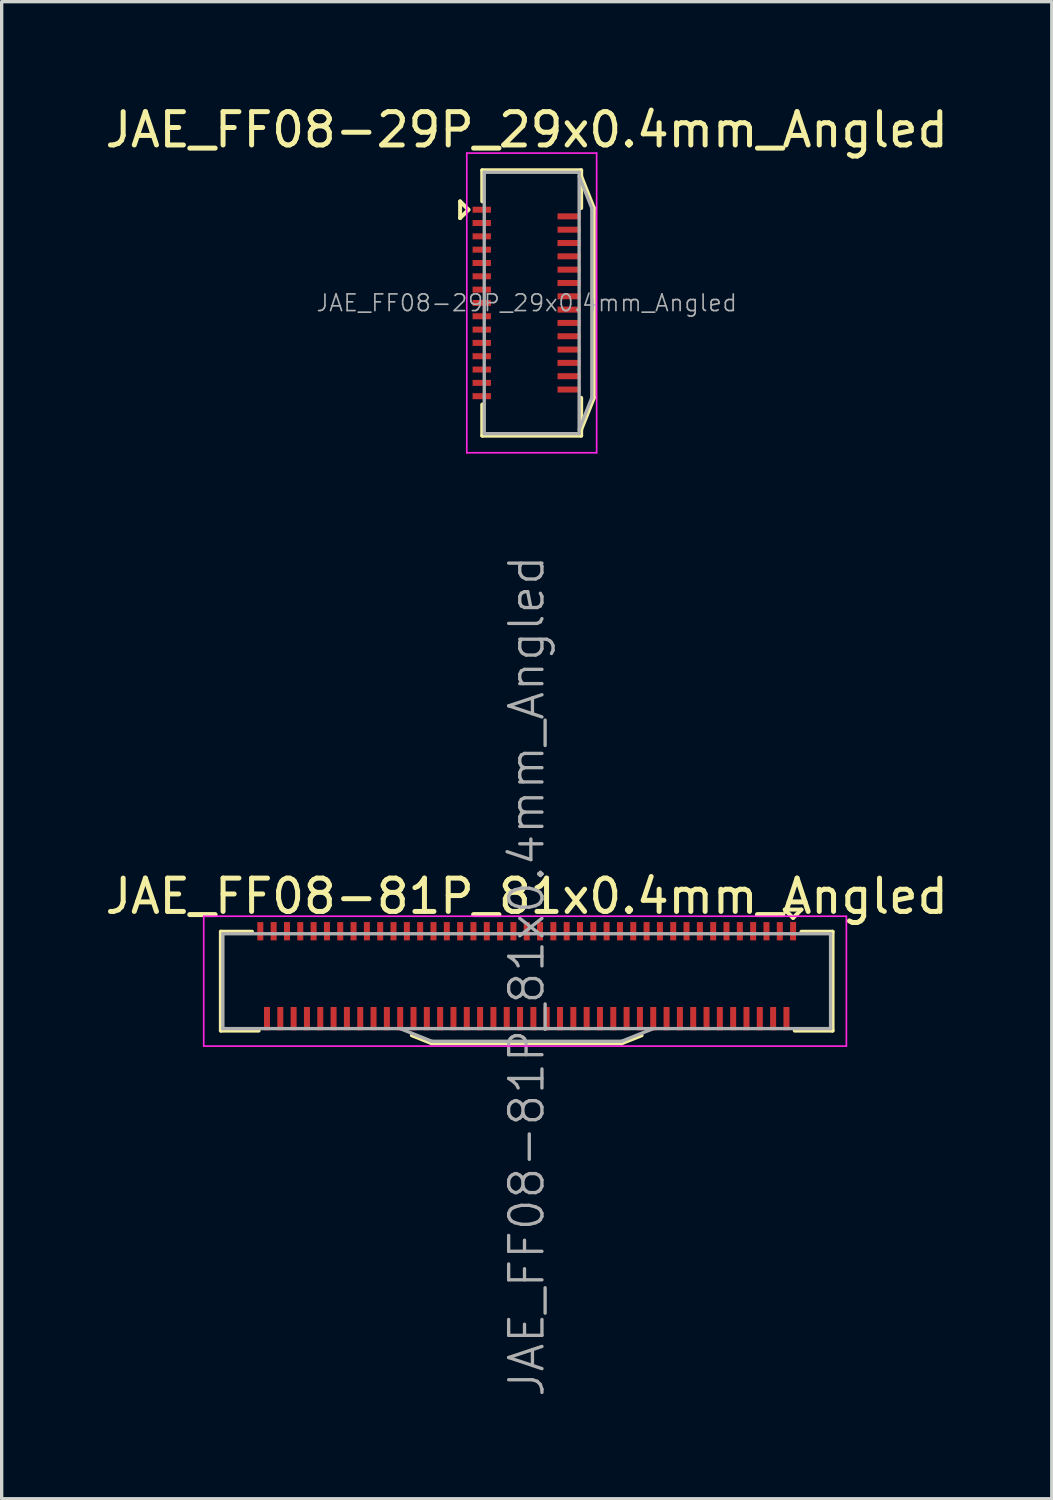
<source format=kicad_pcb>
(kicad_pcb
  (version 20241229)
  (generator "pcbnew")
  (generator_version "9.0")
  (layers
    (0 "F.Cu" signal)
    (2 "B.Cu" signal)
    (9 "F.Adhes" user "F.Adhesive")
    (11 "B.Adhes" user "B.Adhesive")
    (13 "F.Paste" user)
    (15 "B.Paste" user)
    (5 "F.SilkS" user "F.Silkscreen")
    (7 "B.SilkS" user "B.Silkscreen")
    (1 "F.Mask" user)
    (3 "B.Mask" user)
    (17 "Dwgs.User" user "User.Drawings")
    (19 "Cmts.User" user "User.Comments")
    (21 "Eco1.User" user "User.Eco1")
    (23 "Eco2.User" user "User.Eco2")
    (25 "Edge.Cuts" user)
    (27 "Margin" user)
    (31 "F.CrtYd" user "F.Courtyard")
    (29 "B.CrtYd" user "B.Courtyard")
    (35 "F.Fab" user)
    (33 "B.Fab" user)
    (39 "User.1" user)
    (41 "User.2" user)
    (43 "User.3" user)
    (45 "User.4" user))
  (footprint "JAE_FF08-29P_29x0.4mm_Angled"
    (layer "F.Cu")
    (at 12.768 6.048)
    (property "Reference" "JAE_FF08-29P_29x0.4mm_Angled" (at 0 -5.2 0) (layer "F.SilkS") (effects (font (size 1 1) (thickness 0.15))))
    (attr smd)
    (fp_line (start -2 -3.05) (end -1.75 -2.8) (stroke (width 0.12) (type solid)) (layer "F.SilkS"))
    (fp_line (start -2 -2.55) (end -2 -3.05) (stroke (width 0.12) (type solid)) (layer "F.SilkS"))
    (fp_line (start -1.75 -2.8) (end -2 -2.55) (stroke (width 0.12) (type solid)) (layer "F.SilkS"))
    (fp_line (start -1.335 -3.985) (end -1.335 -3.05) (stroke (width 0.12) (type solid)) (layer "F.SilkS"))
    (fp_line (start -1.335 -3.985) (end 1.635 -3.985) (stroke (width 0.12) (type solid)) (layer "F.SilkS"))
    (fp_line (start -1.335 3.985) (end -1.335 3.05) (stroke (width 0.12) (type solid)) (layer "F.SilkS"))
    (fp_line (start 1.635 -3.985) (end 1.635 -2.85) (stroke (width 0.12) (type solid)) (layer "F.SilkS"))
    (fp_line (start 1.635 -3.8) (end 2.015 -2.85) (stroke (width 0.12) (type solid)) (layer "F.SilkS"))
    (fp_line (start 1.635 2.85) (end 1.635 3.985) (stroke (width 0.12) (type solid)) (layer "F.SilkS"))
    (fp_line (start 1.635 3.8) (end 2.015 2.85) (stroke (width 0.12) (type solid)) (layer "F.SilkS"))
    (fp_line (start 1.635 3.985) (end -1.335 3.985) (stroke (width 0.12) (type solid)) (layer "F.SilkS"))
    (fp_line (start 2.015 -2.85) (end 2.015 2.85) (stroke (width 0.12) (type solid)) (layer "F.SilkS"))
    (fp_line (start -1.8 -4.5) (end 2.1 -4.5) (stroke (width 0.05) (type solid)) (layer "F.CrtYd"))
    (fp_line (start -1.8 4.5) (end -1.8 -4.5) (stroke (width 0.05) (type solid)) (layer "F.CrtYd"))
    (fp_line (start 2.1 -4.5) (end 2.1 4.5) (stroke (width 0.05) (type solid)) (layer "F.CrtYd"))
    (fp_line (start 2.1 4.5) (end -1.8 4.5) (stroke (width 0.05) (type solid)) (layer "F.CrtYd"))
    (fp_line (start -1.275 -3.925) (end 1.575 -3.925) (stroke (width 0.1) (type solid)) (layer "F.Fab"))
    (fp_line (start -1.275 3.925) (end -1.275 -3.925) (stroke (width 0.1) (type solid)) (layer "F.Fab"))
    (fp_line (start -1.275 3.925) (end 1.575 3.925) (stroke (width 0.1) (type solid)) (layer "F.Fab"))
    (fp_line (start 1.575 3.925) (end 1.575 -3.925) (stroke (width 0.1) (type solid)) (layer "F.Fab"))
    (fp_line (start 1.955 -2.85) (end 1.575 -3.8) (stroke (width 0.1) (type solid)) (layer "F.Fab"))
    (fp_line (start 1.955 2.85) (end 1.575 3.8) (stroke (width 0.1) (type solid)) (layer "F.Fab"))
    (fp_line (start 1.955 2.85) (end 1.955 -2.85) (stroke (width 0.1) (type solid)) (layer "F.Fab"))
    (fp_text user "${REFERENCE}" (at 0 0 0) (layer "F.Fab") (effects (font (size 0.5 0.5) (thickness 0.05))))
    (pad "1" smd rect (at -1.35 -2.8 90) (size 0.18 0.55) (layers "F.Cu" "F.Mask" "F.Paste"))
    (pad "2" smd rect (at 1.275 -2.6 90) (size 0.18 0.7) (layers "F.Cu" "F.Mask" "F.Paste"))
    (pad "3" smd rect (at -1.35 -2.4 90) (size 0.18 0.55) (layers "F.Cu" "F.Mask" "F.Paste"))
    (pad "4" smd rect (at 1.275 -2.2 90) (size 0.18 0.7) (layers "F.Cu" "F.Mask" "F.Paste"))
    (pad "5" smd rect (at -1.35 -2 90) (size 0.18 0.55) (layers "F.Cu" "F.Mask" "F.Paste"))
    (pad "6" smd rect (at 1.275 -1.8 90) (size 0.18 0.7) (layers "F.Cu" "F.Mask" "F.Paste"))
    (pad "7" smd rect (at -1.35 -1.6 90) (size 0.18 0.55) (layers "F.Cu" "F.Mask" "F.Paste"))
    (pad "8" smd rect (at 1.275 -1.4 90) (size 0.18 0.7) (layers "F.Cu" "F.Mask" "F.Paste"))
    (pad "9" smd rect (at -1.35 -1.2 90) (size 0.18 0.55) (layers "F.Cu" "F.Mask" "F.Paste"))
    (pad "10" smd rect (at 1.275 -1 90) (size 0.18 0.7) (layers "F.Cu" "F.Mask" "F.Paste"))
    (pad "11" smd rect (at -1.35 -0.8 90) (size 0.18 0.55) (layers "F.Cu" "F.Mask" "F.Paste"))
    (pad "12" smd rect (at 1.275 -0.6 90) (size 0.18 0.7) (layers "F.Cu" "F.Mask" "F.Paste"))
    (pad "13" smd rect (at -1.35 -0.4 90) (size 0.18 0.55) (layers "F.Cu" "F.Mask" "F.Paste"))
    (pad "14" smd rect (at 1.275 -0.2 90) (size 0.18 0.7) (layers "F.Cu" "F.Mask" "F.Paste"))
    (pad "15" smd rect (at -1.35 0 90) (size 0.18 0.55) (layers "F.Cu" "F.Mask" "F.Paste"))
    (pad "16" smd rect (at 1.275 0.2 90) (size 0.18 0.7) (layers "F.Cu" "F.Mask" "F.Paste"))
    (pad "17" smd rect (at -1.35 0.4 90) (size 0.18 0.55) (layers "F.Cu" "F.Mask" "F.Paste"))
    (pad "18" smd rect (at 1.275 0.6 90) (size 0.18 0.7) (layers "F.Cu" "F.Mask" "F.Paste"))
    (pad "19" smd rect (at -1.35 0.8 90) (size 0.18 0.55) (layers "F.Cu" "F.Mask" "F.Paste"))
    (pad "20" smd rect (at 1.275 1 90) (size 0.18 0.7) (layers "F.Cu" "F.Mask" "F.Paste"))
    (pad "21" smd rect (at -1.35 1.2 90) (size 0.18 0.55) (layers "F.Cu" "F.Mask" "F.Paste"))
    (pad "22" smd rect (at 1.275 1.4 90) (size 0.18 0.7) (layers "F.Cu" "F.Mask" "F.Paste"))
    (pad "23" smd rect (at -1.35 1.6 90) (size 0.18 0.55) (layers "F.Cu" "F.Mask" "F.Paste"))
    (pad "24" smd rect (at 1.275 1.8 90) (size 0.18 0.7) (layers "F.Cu" "F.Mask" "F.Paste"))
    (pad "25" smd rect (at -1.35 2 90) (size 0.18 0.55) (layers "F.Cu" "F.Mask" "F.Paste"))
    (pad "26" smd rect (at 1.275 2.2 90) (size 0.18 0.7) (layers "F.Cu" "F.Mask" "F.Paste"))
    (pad "27" smd rect (at -1.35 2.4 90) (size 0.18 0.55) (layers "F.Cu" "F.Mask" "F.Paste"))
    (pad "28" smd rect (at 1.275 2.6 90) (size 0.18 0.7) (layers "F.Cu" "F.Mask" "F.Paste"))
    (pad "29" smd rect (at -1.35 2.8 90) (size 0.18 0.55) (layers "F.Cu" "F.Mask" "F.Paste")))
  (footprint "JAE_FF08-81P_81x0.4mm_Angled"
    (layer "F.Cu")
    (at 12.768 26.266)
    (property "Reference" "JAE_FF08-81P_81x0.4mm_Angled" (at 0 -2.4 0) (layer "F.SilkS") (effects (font (size 1 1) (thickness 0.15))))
    (attr smd)
    (fp_line (start -9.185 -1.335) (end -8.25 -1.335) (stroke (width 0.12) (type solid)) (layer "F.SilkS"))
    (fp_line (start -9.185 1.635) (end -9.185 -1.335) (stroke (width 0.12) (type solid)) (layer "F.SilkS"))
    (fp_line (start -8.05 1.635) (end -9.185 1.635) (stroke (width 0.12) (type solid)) (layer "F.SilkS"))
    (fp_line (start -3.45 1.775) (end -2.85 2.015) (stroke (width 0.12) (type solid)) (layer "F.SilkS"))
    (fp_line (start 2.85 2.015) (end -2.85 2.015) (stroke (width 0.12) (type solid)) (layer "F.SilkS"))
    (fp_line (start 3.45 1.775) (end 2.85 2.015) (stroke (width 0.12) (type solid)) (layer "F.SilkS"))
    (fp_line (start 7.75 -2) (end 8.25 -2) (stroke (width 0.12) (type solid)) (layer "F.SilkS"))
    (fp_line (start 8 -1.75) (end 7.75 -2) (stroke (width 0.12) (type solid)) (layer "F.SilkS"))
    (fp_line (start 8.25 -2) (end 8 -1.75) (stroke (width 0.12) (type solid)) (layer "F.SilkS"))
    (fp_line (start 9.185 -1.335) (end 8.25 -1.335) (stroke (width 0.12) (type solid)) (layer "F.SilkS"))
    (fp_line (start 9.185 -1.335) (end 9.185 1.635) (stroke (width 0.12) (type solid)) (layer "F.SilkS"))
    (fp_line (start 9.185 1.635) (end 8.05 1.635) (stroke (width 0.12) (type solid)) (layer "F.SilkS"))
    (fp_line (start -9.7 -1.8) (end 9.6 -1.8) (stroke (width 0.05) (type solid)) (layer "F.CrtYd"))
    (fp_line (start -9.7 2.1) (end -9.7 -1.8) (stroke (width 0.05) (type solid)) (layer "F.CrtYd"))
    (fp_line (start 9.6 -1.8) (end 9.6 2.1) (stroke (width 0.05) (type solid)) (layer "F.CrtYd"))
    (fp_line (start 9.6 2.1) (end -9.7 2.1) (stroke (width 0.05) (type solid)) (layer "F.CrtYd"))
    (fp_line (start -9.125 -1.275) (end -9.125 1.575) (stroke (width 0.1) (type solid)) (layer "F.Fab"))
    (fp_line (start -9.125 -1.275) (end 9.125 -1.275) (stroke (width 0.1) (type solid)) (layer "F.Fab"))
    (fp_line (start -9.125 1.575) (end 9.125 1.575) (stroke (width 0.1) (type solid)) (layer "F.Fab"))
    (fp_line (start -2.85 1.955) (end -3.8 1.575) (stroke (width 0.1) (type solid)) (layer "F.Fab"))
    (fp_line (start -2.85 1.955) (end 2.85 1.955) (stroke (width 0.1) (type solid)) (layer "F.Fab"))
    (fp_line (start 2.85 1.955) (end 3.8 1.575) (stroke (width 0.1) (type solid)) (layer "F.Fab"))
    (fp_line (start 9.125 -1.275) (end 9.125 1.575) (stroke (width 0.1) (type solid)) (layer "F.Fab"))
    (fp_text user "${REFERENCE}" (at 0 0 90) (layer "F.Fab") (effects (font (size 1 1) (thickness 0.1))))
    (pad "1" smd rect (at 8 -1.35) (size 0.18 0.55) (layers "F.Cu" "F.Mask" "F.Paste"))
    (pad "2" smd rect (at 7.8 1.275) (size 0.18 0.7) (layers "F.Cu" "F.Mask" "F.Paste"))
    (pad "3" smd rect (at 7.6 -1.35) (size 0.18 0.55) (layers "F.Cu" "F.Mask" "F.Paste"))
    (pad "4" smd rect (at 7.4 1.275) (size 0.18 0.7) (layers "F.Cu" "F.Mask" "F.Paste"))
    (pad "5" smd rect (at 7.2 -1.35) (size 0.18 0.55) (layers "F.Cu" "F.Mask" "F.Paste"))
    (pad "6" smd rect (at 7 1.275) (size 0.18 0.7) (layers "F.Cu" "F.Mask" "F.Paste"))
    (pad "7" smd rect (at 6.8 -1.35) (size 0.18 0.55) (layers "F.Cu" "F.Mask" "F.Paste"))
    (pad "8" smd rect (at 6.6 1.275) (size 0.18 0.7) (layers "F.Cu" "F.Mask" "F.Paste"))
    (pad "9" smd rect (at 6.4 -1.35) (size 0.18 0.55) (layers "F.Cu" "F.Mask" "F.Paste"))
    (pad "10" smd rect (at 6.2 1.275) (size 0.18 0.7) (layers "F.Cu" "F.Mask" "F.Paste"))
    (pad "11" smd rect (at 6 -1.35) (size 0.18 0.55) (layers "F.Cu" "F.Mask" "F.Paste"))
    (pad "12" smd rect (at 5.8 1.275) (size 0.18 0.7) (layers "F.Cu" "F.Mask" "F.Paste"))
    (pad "13" smd rect (at 5.6 -1.35) (size 0.18 0.55) (layers "F.Cu" "F.Mask" "F.Paste"))
    (pad "14" smd rect (at 5.4 1.275) (size 0.18 0.7) (layers "F.Cu" "F.Mask" "F.Paste"))
    (pad "15" smd rect (at 5.2 -1.35) (size 0.18 0.55) (layers "F.Cu" "F.Mask" "F.Paste"))
    (pad "16" smd rect (at 5 1.275) (size 0.18 0.7) (layers "F.Cu" "F.Mask" "F.Paste"))
    (pad "17" smd rect (at 4.8 -1.35) (size 0.18 0.55) (layers "F.Cu" "F.Mask" "F.Paste"))
    (pad "18" smd rect (at 4.6 1.275) (size 0.18 0.7) (layers "F.Cu" "F.Mask" "F.Paste"))
    (pad "19" smd rect (at 4.4 -1.35) (size 0.18 0.55) (layers "F.Cu" "F.Mask" "F.Paste"))
    (pad "20" smd rect (at 4.2 1.275) (size 0.18 0.7) (layers "F.Cu" "F.Mask" "F.Paste"))
    (pad "21" smd rect (at 4 -1.35) (size 0.18 0.55) (layers "F.Cu" "F.Mask" "F.Paste"))
    (pad "22" smd rect (at 3.8 1.275) (size 0.18 0.7) (layers "F.Cu" "F.Mask" "F.Paste"))
    (pad "23" smd rect (at 3.6 -1.35) (size 0.18 0.55) (layers "F.Cu" "F.Mask" "F.Paste"))
    (pad "24" smd rect (at 3.4 1.275) (size 0.18 0.7) (layers "F.Cu" "F.Mask" "F.Paste"))
    (pad "25" smd rect (at 3.2 -1.35) (size 0.18 0.55) (layers "F.Cu" "F.Mask" "F.Paste"))
    (pad "26" smd rect (at 3 1.275) (size 0.18 0.7) (layers "F.Cu" "F.Mask" "F.Paste"))
    (pad "27" smd rect (at 2.8 -1.35) (size 0.18 0.55) (layers "F.Cu" "F.Mask" "F.Paste"))
    (pad "28" smd rect (at 2.6 1.275) (size 0.18 0.7) (layers "F.Cu" "F.Mask" "F.Paste"))
    (pad "29" smd rect (at 2.4 -1.35) (size 0.18 0.55) (layers "F.Cu" "F.Mask" "F.Paste"))
    (pad "30" smd rect (at 2.2 1.275) (size 0.18 0.7) (layers "F.Cu" "F.Mask" "F.Paste"))
    (pad "31" smd rect (at 2 -1.35) (size 0.18 0.55) (layers "F.Cu" "F.Mask" "F.Paste"))
    (pad "32" smd rect (at 1.8 1.275) (size 0.18 0.7) (layers "F.Cu" "F.Mask" "F.Paste"))
    (pad "33" smd rect (at 1.6 -1.35) (size 0.18 0.55) (layers "F.Cu" "F.Mask" "F.Paste"))
    (pad "34" smd rect (at 1.4 1.275) (size 0.18 0.7) (layers "F.Cu" "F.Mask" "F.Paste"))
    (pad "35" smd rect (at 1.2 -1.35) (size 0.18 0.55) (layers "F.Cu" "F.Mask" "F.Paste"))
    (pad "36" smd rect (at 1 1.275) (size 0.18 0.7) (layers "F.Cu" "F.Mask" "F.Paste"))
    (pad "37" smd rect (at 0.8 -1.35) (size 0.18 0.55) (layers "F.Cu" "F.Mask" "F.Paste"))
    (pad "38" smd rect (at 0.6 1.275) (size 0.18 0.7) (layers "F.Cu" "F.Mask" "F.Paste"))
    (pad "39" smd rect (at 0.4 -1.35) (size 0.18 0.55) (layers "F.Cu" "F.Mask" "F.Paste"))
    (pad "40" smd rect (at 0.2 1.275) (size 0.18 0.7) (layers "F.Cu" "F.Mask" "F.Paste"))
    (pad "41" smd rect (at 0 -1.35) (size 0.18 0.55) (layers "F.Cu" "F.Mask" "F.Paste"))
    (pad "42" smd rect (at -0.2 1.275) (size 0.18 0.7) (layers "F.Cu" "F.Mask" "F.Paste"))
    (pad "43" smd rect (at -0.4 -1.35) (size 0.18 0.55) (layers "F.Cu" "F.Mask" "F.Paste"))
    (pad "44" smd rect (at -0.6 1.275) (size 0.18 0.7) (layers "F.Cu" "F.Mask" "F.Paste"))
    (pad "45" smd rect (at -0.8 -1.35) (size 0.18 0.55) (layers "F.Cu" "F.Mask" "F.Paste"))
    (pad "46" smd rect (at -1 1.275) (size 0.18 0.7) (layers "F.Cu" "F.Mask" "F.Paste"))
    (pad "47" smd rect (at -1.2 -1.35) (size 0.18 0.55) (layers "F.Cu" "F.Mask" "F.Paste"))
    (pad "48" smd rect (at -1.4 1.275) (size 0.18 0.7) (layers "F.Cu" "F.Mask" "F.Paste"))
    (pad "49" smd rect (at -1.6 -1.35) (size 0.18 0.55) (layers "F.Cu" "F.Mask" "F.Paste"))
    (pad "50" smd rect (at -1.8 1.275) (size 0.18 0.7) (layers "F.Cu" "F.Mask" "F.Paste"))
    (pad "51" smd rect (at -2 -1.35) (size 0.18 0.55) (layers "F.Cu" "F.Mask" "F.Paste"))
    (pad "52" smd rect (at -2.2 1.275) (size 0.18 0.7) (layers "F.Cu" "F.Mask" "F.Paste"))
    (pad "53" smd rect (at -2.4 -1.35) (size 0.18 0.55) (layers "F.Cu" "F.Mask" "F.Paste"))
    (pad "54" smd rect (at -2.6 1.275) (size 0.18 0.7) (layers "F.Cu" "F.Mask" "F.Paste"))
    (pad "55" smd rect (at -2.8 -1.35) (size 0.18 0.55) (layers "F.Cu" "F.Mask" "F.Paste"))
    (pad "56" smd rect (at -3 1.275) (size 0.18 0.7) (layers "F.Cu" "F.Mask" "F.Paste"))
    (pad "57" smd rect (at -3.2 -1.35) (size 0.18 0.55) (layers "F.Cu" "F.Mask" "F.Paste"))
    (pad "58" smd rect (at -3.4 1.275) (size 0.18 0.7) (layers "F.Cu" "F.Mask" "F.Paste"))
    (pad "59" smd rect (at -3.6 -1.35) (size 0.18 0.55) (layers "F.Cu" "F.Mask" "F.Paste"))
    (pad "60" smd rect (at -3.8 1.275) (size 0.18 0.7) (layers "F.Cu" "F.Mask" "F.Paste"))
    (pad "61" smd rect (at -4 -1.35) (size 0.18 0.55) (layers "F.Cu" "F.Mask" "F.Paste"))
    (pad "62" smd rect (at -4.2 1.275) (size 0.18 0.7) (layers "F.Cu" "F.Mask" "F.Paste"))
    (pad "63" smd rect (at -4.4 -1.35) (size 0.18 0.55) (layers "F.Cu" "F.Mask" "F.Paste"))
    (pad "64" smd rect (at -4.6 1.275) (size 0.18 0.7) (layers "F.Cu" "F.Mask" "F.Paste"))
    (pad "65" smd rect (at -4.8 -1.35) (size 0.18 0.55) (layers "F.Cu" "F.Mask" "F.Paste"))
    (pad "66" smd rect (at -5 1.275) (size 0.18 0.7) (layers "F.Cu" "F.Mask" "F.Paste"))
    (pad "67" smd rect (at -5.2 -1.35) (size 0.18 0.55) (layers "F.Cu" "F.Mask" "F.Paste"))
    (pad "68" smd rect (at -5.4 1.275) (size 0.18 0.7) (layers "F.Cu" "F.Mask" "F.Paste"))
    (pad "69" smd rect (at -5.6 -1.35) (size 0.18 0.55) (layers "F.Cu" "F.Mask" "F.Paste"))
    (pad "70" smd rect (at -5.8 1.275) (size 0.18 0.7) (layers "F.Cu" "F.Mask" "F.Paste"))
    (pad "71" smd rect (at -6 -1.35) (size 0.18 0.55) (layers "F.Cu" "F.Mask" "F.Paste"))
    (pad "72" smd rect (at -6.2 1.275) (size 0.18 0.7) (layers "F.Cu" "F.Mask" "F.Paste"))
    (pad "73" smd rect (at -6.4 -1.35) (size 0.18 0.55) (layers "F.Cu" "F.Mask" "F.Paste"))
    (pad "74" smd rect (at -6.6 1.275) (size 0.18 0.7) (layers "F.Cu" "F.Mask" "F.Paste"))
    (pad "75" smd rect (at -6.8 -1.35) (size 0.18 0.55) (layers "F.Cu" "F.Mask" "F.Paste"))
    (pad "76" smd rect (at -7 1.275) (size 0.18 0.7) (layers "F.Cu" "F.Mask" "F.Paste"))
    (pad "77" smd rect (at -7.2 -1.35) (size 0.18 0.55) (layers "F.Cu" "F.Mask" "F.Paste"))
    (pad "78" smd rect (at -7.4 1.275) (size 0.18 0.7) (layers "F.Cu" "F.Mask" "F.Paste"))
    (pad "79" smd rect (at -7.6 -1.35) (size 0.18 0.55) (layers "F.Cu" "F.Mask" "F.Paste"))
    (pad "80" smd rect (at -7.8 1.275) (size 0.18 0.7) (layers "F.Cu" "F.Mask" "F.Paste"))
    (pad "81" smd rect (at -8 -1.35) (size 0.18 0.55) (layers "F.Cu" "F.Mask" "F.Paste")))
  (gr_rect
    (start -3 -3)
    (end 28.536 41.959)
    (stroke (width 0.1) (type default))
    (fill no)
    (layer "Edge.Cuts")))
</source>
